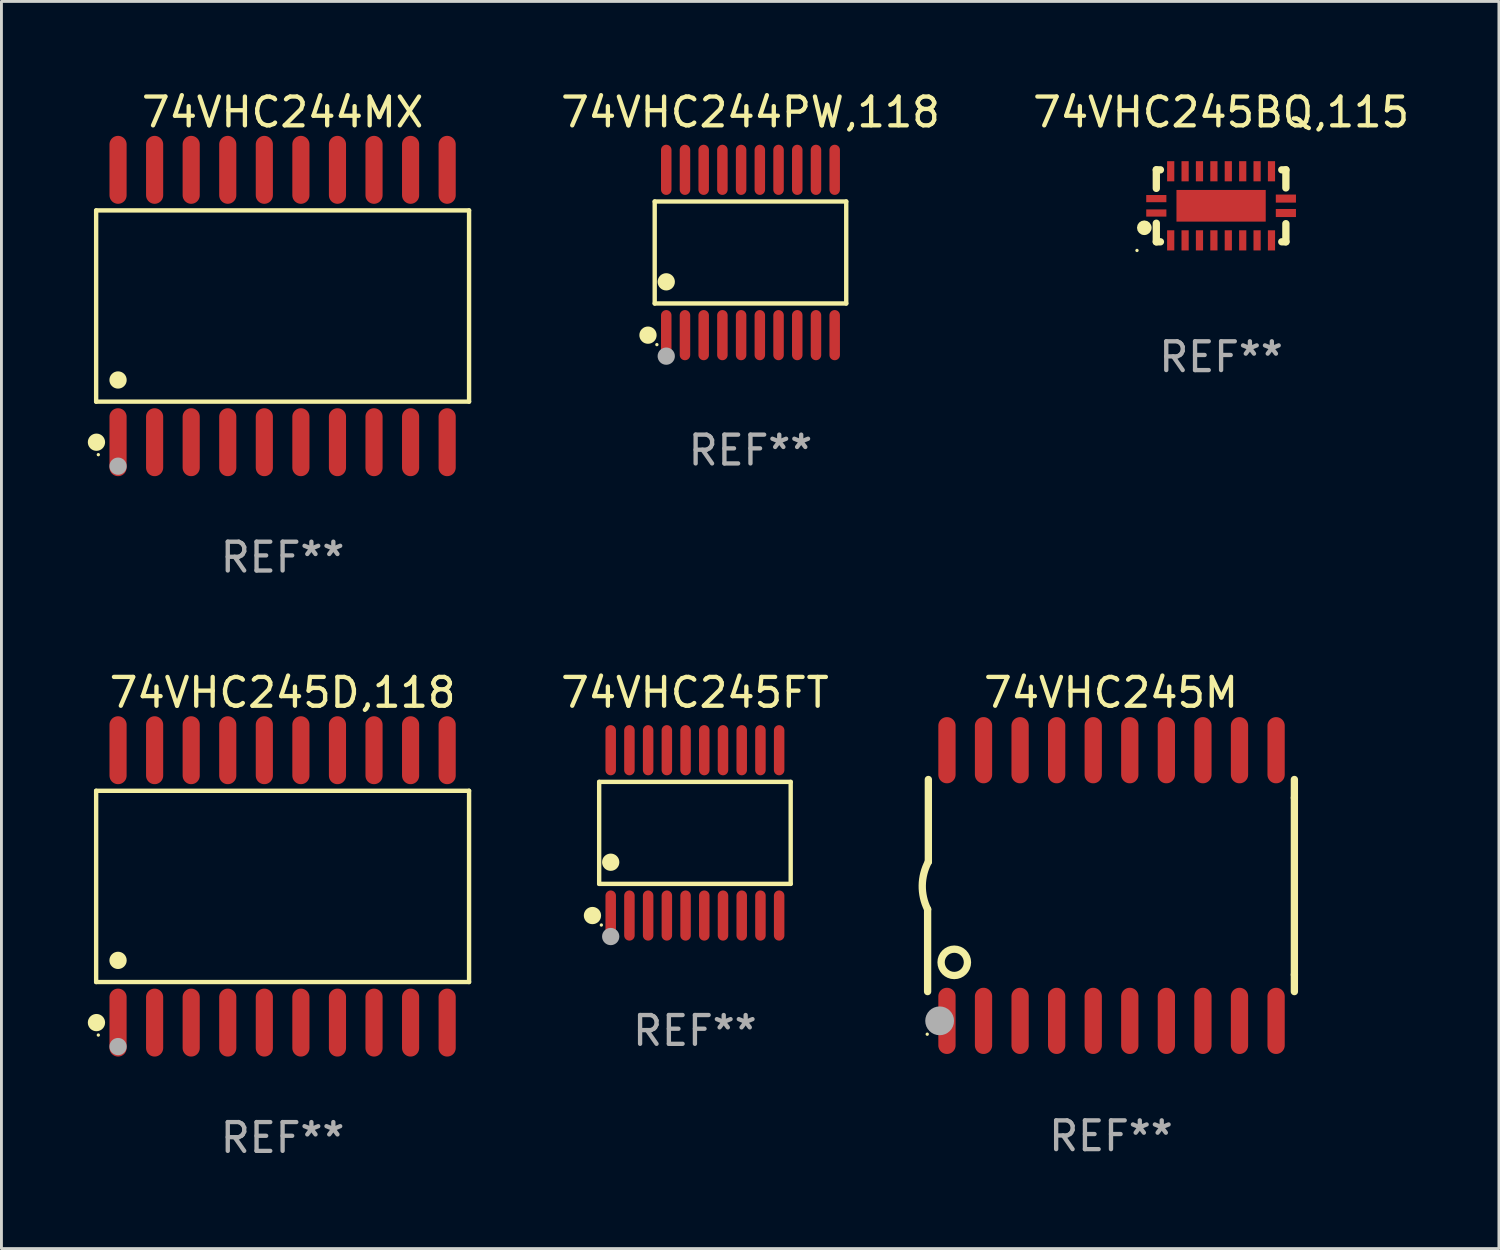
<source format=kicad_pcb>
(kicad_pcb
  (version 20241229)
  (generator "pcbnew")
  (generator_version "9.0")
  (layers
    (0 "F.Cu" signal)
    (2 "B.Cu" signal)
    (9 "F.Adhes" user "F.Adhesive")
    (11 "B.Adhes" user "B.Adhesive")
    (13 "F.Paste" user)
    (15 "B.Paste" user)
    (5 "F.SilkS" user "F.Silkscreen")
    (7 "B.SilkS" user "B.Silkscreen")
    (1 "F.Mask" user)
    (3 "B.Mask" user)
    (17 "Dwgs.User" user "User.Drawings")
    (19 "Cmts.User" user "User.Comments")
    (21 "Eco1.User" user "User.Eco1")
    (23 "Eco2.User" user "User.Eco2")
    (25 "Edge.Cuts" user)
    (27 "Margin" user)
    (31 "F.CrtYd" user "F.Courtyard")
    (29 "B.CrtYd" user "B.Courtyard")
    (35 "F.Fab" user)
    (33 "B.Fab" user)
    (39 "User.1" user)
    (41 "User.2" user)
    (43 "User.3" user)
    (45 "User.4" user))
  (footprint "74VHC244PW,118"
    (layer "F.Cu")
    (at 23.014 5.719)
    (property "Reference" "74VHC244PW,118" (at 0 -4.871 0) (layer "F.SilkS") (effects (font (size 1 1) (thickness 0.15))))
    (attr through_hole)
    (fp_line (start -3.326 -1.771) (end 3.326 -1.771) (stroke (width 0.152) (type solid)) (layer "F.SilkS"))
    (fp_line (start -3.326 1.771) (end -3.326 -1.771) (stroke (width 0.152) (type solid)) (layer "F.SilkS"))
    (fp_line (start 3.326 -1.771) (end 3.326 1.771) (stroke (width 0.152) (type solid)) (layer "F.SilkS"))
    (fp_line (start 3.326 1.771) (end -3.326 1.771) (stroke (width 0.152) (type solid)) (layer "F.SilkS"))
    (fp_circle (center -3.559 2.871) (end -3.409 2.871) (stroke (width 0.3) (type solid)) (fill no) (layer "F.SilkS"))
    (fp_circle (center -3.25 3.2) (end -3.22 3.2) (stroke (width 0.06) (type solid)) (fill no) (layer "F.SilkS"))
    (fp_circle (center -2.925 1.019) (end -2.775 1.019) (stroke (width 0.3) (type solid)) (fill no) (layer "F.SilkS"))
    (fp_circle (center -2.925 3.6) (end -2.775 3.6) (stroke (width 0.3) (type solid)) (fill no) (layer "F.Fab"))
    (fp_text user "REF**" (at 0 6.871 0) (layer "F.Fab") (effects (font (size 1 1) (thickness 0.15))))
    (pad "1" smd oval (at -2.925 2.871) (size 0.364 1.742) (layers "F.Cu" "F.Mask" "F.Paste"))
    (pad "2" smd oval (at -2.275 2.871) (size 0.364 1.742) (layers "F.Cu" "F.Mask" "F.Paste"))
    (pad "3" smd oval (at -1.625 2.871) (size 0.364 1.742) (layers "F.Cu" "F.Mask" "F.Paste"))
    (pad "4" smd oval (at -0.975 2.871) (size 0.364 1.742) (layers "F.Cu" "F.Mask" "F.Paste"))
    (pad "5" smd oval (at -0.325 2.871) (size 0.364 1.742) (layers "F.Cu" "F.Mask" "F.Paste"))
    (pad "6" smd oval (at 0.325 2.871) (size 0.364 1.742) (layers "F.Cu" "F.Mask" "F.Paste"))
    (pad "7" smd oval (at 0.975 2.871) (size 0.364 1.742) (layers "F.Cu" "F.Mask" "F.Paste"))
    (pad "8" smd oval (at 1.625 2.871) (size 0.364 1.742) (layers "F.Cu" "F.Mask" "F.Paste"))
    (pad "9" smd oval (at 2.275 2.871) (size 0.364 1.742) (layers "F.Cu" "F.Mask" "F.Paste"))
    (pad "10" smd oval (at 2.925 2.871) (size 0.364 1.742) (layers "F.Cu" "F.Mask" "F.Paste"))
    (pad "11" smd oval (at 2.925 -2.871) (size 0.364 1.742) (layers "F.Cu" "F.Mask" "F.Paste"))
    (pad "12" smd oval (at 2.275 -2.871) (size 0.364 1.742) (layers "F.Cu" "F.Mask" "F.Paste"))
    (pad "13" smd oval (at 1.625 -2.871) (size 0.364 1.742) (layers "F.Cu" "F.Mask" "F.Paste"))
    (pad "14" smd oval (at 0.975 -2.871) (size 0.364 1.742) (layers "F.Cu" "F.Mask" "F.Paste"))
    (pad "15" smd oval (at 0.325 -2.871) (size 0.364 1.742) (layers "F.Cu" "F.Mask" "F.Paste"))
    (pad "16" smd oval (at -0.325 -2.871) (size 0.364 1.742) (layers "F.Cu" "F.Mask" "F.Paste"))
    (pad "17" smd oval (at -0.975 -2.871) (size 0.364 1.742) (layers "F.Cu" "F.Mask" "F.Paste"))
    (pad "18" smd oval (at -1.625 -2.871) (size 0.364 1.742) (layers "F.Cu" "F.Mask" "F.Paste"))
    (pad "19" smd oval (at -2.275 -2.871) (size 0.364 1.742) (layers "F.Cu" "F.Mask" "F.Paste"))
    (pad "20" smd oval (at -2.925 -2.871) (size 0.364 1.742) (layers "F.Cu" "F.Mask" "F.Paste")))
  (footprint "74VHC245M"
    (layer "F.Cu")
    (at 35.535 27.705)
    (property "Reference" "74VHC245M" (at 0 -6.7 0) (layer "F.SilkS") (effects (font (size 1 1) (thickness 0.15))))
    (attr through_hole)
    (fp_line (start -6.369 0.826) (end -6.369 3.683) (stroke (width 0.254) (type solid)) (layer "F.SilkS"))
    (fp_line (start -6.343 -0.825) (end -6.343 -3.683) (stroke (width 0.254) (type solid)) (layer "F.SilkS"))
    (fp_line (start 6.369 -3.048) (end 6.369 -3.683) (stroke (width 0.254) (type solid)) (layer "F.SilkS"))
    (fp_line (start 6.369 -3.048) (end 6.369 3.096) (stroke (width 0.254) (type solid)) (layer "F.SilkS"))
    (fp_line (start 6.369 3.096) (end 6.369 3.683) (stroke (width 0.254) (type solid)) (layer "F.SilkS"))
    (fp_arc (start -6.36853 0.825552) (mid -6.554743 -0.00301) (end -6.343129 -0.825451) (stroke (width 0.254001) (type solid)) (layer "F.SilkS"))
    (fp_circle (center -6.382 5.163) (end -6.352 5.163) (stroke (width 0.06) (type solid)) (fill no) (layer "F.SilkS"))
    (fp_circle (center -5.443 2.667) (end -4.985 2.667) (stroke (width 0.254) (type solid)) (fill no) (layer "F.SilkS"))
    (fp_circle (center -5.951 4.699) (end -5.701 4.699) (stroke (width 0.5) (type solid)) (fill no) (layer "F.Fab"))
    (fp_text user "REF**" (at 0 8.7 0) (layer "F.Fab") (effects (font (size 1 1) (thickness 0.15))))
    (pad "1" smd oval (at -5.697 4.7 180) (size 0.6 2.3) (layers "F.Cu" "F.Mask" "F.Paste"))
    (pad "2" smd oval (at -4.427 4.7 180) (size 0.6 2.3) (layers "F.Cu" "F.Mask" "F.Paste"))
    (pad "3" smd oval (at -3.157 4.7 180) (size 0.6 2.3) (layers "F.Cu" "F.Mask" "F.Paste"))
    (pad "4" smd oval (at -1.887 4.7 180) (size 0.6 2.3) (layers "F.Cu" "F.Mask" "F.Paste"))
    (pad "5" smd oval (at -0.617 4.7 180) (size 0.6 2.3) (layers "F.Cu" "F.Mask" "F.Paste"))
    (pad "6" smd oval (at 0.653 4.7 180) (size 0.6 2.3) (layers "F.Cu" "F.Mask" "F.Paste"))
    (pad "7" smd oval (at 1.923 4.7 180) (size 0.6 2.3) (layers "F.Cu" "F.Mask" "F.Paste"))
    (pad "8" smd oval (at 3.193 4.7 180) (size 0.6 2.3) (layers "F.Cu" "F.Mask" "F.Paste"))
    (pad "9" smd oval (at 4.463 4.7 180) (size 0.6 2.3) (layers "F.Cu" "F.Mask" "F.Paste"))
    (pad "10" smd oval (at 5.734 4.7 180) (size 0.6 2.3) (layers "F.Cu" "F.Mask" "F.Paste"))
    (pad "11" smd oval (at 5.734 -4.7 180) (size 0.6 2.3) (layers "F.Cu" "F.Mask" "F.Paste"))
    (pad "12" smd oval (at 4.463 -4.7 180) (size 0.6 2.3) (layers "F.Cu" "F.Mask" "F.Paste"))
    (pad "13" smd oval (at 3.193 -4.7 180) (size 0.6 2.3) (layers "F.Cu" "F.Mask" "F.Paste"))
    (pad "14" smd oval (at 1.923 -4.7 180) (size 0.6 2.3) (layers "F.Cu" "F.Mask" "F.Paste"))
    (pad "15" smd oval (at 0.653 -4.7 180) (size 0.6 2.3) (layers "F.Cu" "F.Mask" "F.Paste"))
    (pad "16" smd oval (at -0.617 -4.7 180) (size 0.6 2.3) (layers "F.Cu" "F.Mask" "F.Paste"))
    (pad "17" smd oval (at -1.887 -4.7 180) (size 0.6 2.3) (layers "F.Cu" "F.Mask" "F.Paste"))
    (pad "18" smd oval (at -3.157 -4.7 180) (size 0.6 2.3) (layers "F.Cu" "F.Mask" "F.Paste"))
    (pad "19" smd oval (at -4.427 -4.7 180) (size 0.6 2.3) (layers "F.Cu" "F.Mask" "F.Paste"))
    (pad "20" smd oval (at -5.697 -4.7 180) (size 0.6 2.3) (layers "F.Cu" "F.Mask" "F.Paste")))
  (footprint "74VHC245BQ,115"
    (layer "F.Cu")
    (at 39.359 4.098)
    (property "Reference" "74VHC245BQ,115" (at 0 -3.25 0) (layer "F.SilkS") (effects (font (size 1 1) (thickness 0.15))))
    (attr through_hole)
    (fp_line (start -2.25 0.605) (end -2.25 1.25) (stroke (width 0.254) (type solid)) (layer "F.SilkS"))
    (fp_line (start -2.25 1.25) (end -2.107 1.25) (stroke (width 0.254) (type solid)) (layer "F.SilkS"))
    (fp_line (start -2.25 -1.25) (end -2.25 -0.606) (stroke (width 0.254) (type solid)) (layer "F.SilkS"))
    (fp_line (start -2.25 -1.25) (end -2.107 -1.25) (stroke (width 0.254) (type solid)) (layer "F.SilkS"))
    (fp_line (start 2.107 -1.25) (end 2.25 -1.25) (stroke (width 0.254) (type solid)) (layer "F.SilkS"))
    (fp_line (start 2.107 1.25) (end 2.25 1.25) (stroke (width 0.254) (type solid)) (layer "F.SilkS"))
    (fp_line (start 2.25 -1.25) (end 2.25 -0.622) (stroke (width 0.254) (type solid)) (layer "F.SilkS"))
    (fp_line (start 2.25 0.62) (end 2.25 1.25) (stroke (width 0.254) (type solid)) (layer "F.SilkS"))
    (fp_circle (center -2.921 1.55) (end -2.891 1.55) (stroke (width 0.06) (type solid)) (fill no) (layer "F.SilkS"))
    (fp_circle (center -2.667 0.762) (end -2.54 0.762) (stroke (width 0.254) (type solid)) (fill no) (layer "F.SilkS"))
    (fp_text user "REF**" (at 0 5.25 0) (layer "F.Fab") (effects (font (size 1 1) (thickness 0.15))))
    (pad "1" smd rect (at -2.25 0.25 180) (size 0.7 0.25) (layers "F.Cu" "F.Mask" "F.Paste"))
    (pad "2" smd rect (at -1.75 1.2 90) (size 0.7 0.25) (layers "F.Cu" "F.Mask" "F.Paste"))
    (pad "3" smd rect (at -1.25 1.2 90) (size 0.7 0.25) (layers "F.Cu" "F.Mask" "F.Paste"))
    (pad "4" smd rect (at -0.751 1.2 90) (size 0.7 0.25) (layers "F.Cu" "F.Mask" "F.Paste"))
    (pad "5" smd rect (at -0.25 1.2 90) (size 0.7 0.25) (layers "F.Cu" "F.Mask" "F.Paste"))
    (pad "6" smd rect (at 0.25 1.2 90) (size 0.7 0.25) (layers "F.Cu" "F.Mask" "F.Paste"))
    (pad "7" smd rect (at 0.751 1.2 90) (size 0.7 0.25) (layers "F.Cu" "F.Mask" "F.Paste"))
    (pad "8" smd rect (at 1.25 1.2 90) (size 0.7 0.25) (layers "F.Cu" "F.Mask" "F.Paste"))
    (pad "9" smd rect (at 1.75 1.2 90) (size 0.7 0.25) (layers "F.Cu" "F.Mask" "F.Paste"))
    (pad "10" smd rect (at 2.25 0.25 180) (size 0.7 0.28) (layers "F.Cu" "F.Mask" "F.Paste"))
    (pad "11" smd rect (at 2.25 -0.251 180) (size 0.7 0.28) (layers "F.Cu" "F.Mask" "F.Paste"))
    (pad "12" smd rect (at 1.75 -1.2 90) (size 0.7 0.25) (layers "F.Cu" "F.Mask" "F.Paste"))
    (pad "13" smd rect (at 1.25 -1.2 90) (size 0.7 0.25) (layers "F.Cu" "F.Mask" "F.Paste"))
    (pad "14" smd rect (at 0.751 -1.2 90) (size 0.7 0.25) (layers "F.Cu" "F.Mask" "F.Paste"))
    (pad "15" smd rect (at 0.25 -1.2 90) (size 0.7 0.25) (layers "F.Cu" "F.Mask" "F.Paste"))
    (pad "16" smd rect (at -0.25 -1.2 90) (size 0.7 0.25) (layers "F.Cu" "F.Mask" "F.Paste"))
    (pad "17" smd rect (at -0.751 -1.2 90) (size 0.7 0.25) (layers "F.Cu" "F.Mask" "F.Paste"))
    (pad "18" smd rect (at -1.25 -1.2 90) (size 0.7 0.25) (layers "F.Cu" "F.Mask" "F.Paste"))
    (pad "19" smd rect (at -1.75 -1.2 90) (size 0.7 0.25) (layers "F.Cu" "F.Mask" "F.Paste"))
    (pad "20" smd rect (at -2.25 -0.25 180) (size 0.7 0.25) (layers "F.Cu" "F.Mask" "F.Paste"))
    (pad "21" smd rect (at 0 -0.001 180) (size 3.1 1.1) (layers "F.Cu" "F.Mask" "F.Paste")))
  (footprint "74VHC245FT"
    (layer "F.Cu")
    (at 21.085 25.876)
    (property "Reference" "74VHC245FT" (at 0 -4.871 0) (layer "F.SilkS") (effects (font (size 1 1) (thickness 0.15))))
    (attr through_hole)
    (fp_line (start -3.326 -1.771) (end 3.326 -1.771) (stroke (width 0.152) (type solid)) (layer "F.SilkS"))
    (fp_line (start -3.326 1.771) (end -3.326 -1.771) (stroke (width 0.152) (type solid)) (layer "F.SilkS"))
    (fp_line (start 3.326 -1.771) (end 3.326 1.771) (stroke (width 0.152) (type solid)) (layer "F.SilkS"))
    (fp_line (start 3.326 1.771) (end -3.326 1.771) (stroke (width 0.152) (type solid)) (layer "F.SilkS"))
    (fp_circle (center -3.559 2.871) (end -3.409 2.871) (stroke (width 0.3) (type solid)) (fill no) (layer "F.SilkS"))
    (fp_circle (center -3.25 3.2) (end -3.22 3.2) (stroke (width 0.06) (type solid)) (fill no) (layer "F.SilkS"))
    (fp_circle (center -2.925 1.019) (end -2.775 1.019) (stroke (width 0.3) (type solid)) (fill no) (layer "F.SilkS"))
    (fp_circle (center -2.925 3.6) (end -2.775 3.6) (stroke (width 0.3) (type solid)) (fill no) (layer "F.Fab"))
    (fp_text user "REF**" (at 0 6.871 0) (layer "F.Fab") (effects (font (size 1 1) (thickness 0.15))))
    (pad "1" smd oval (at -2.925 2.871) (size 0.364 1.742) (layers "F.Cu" "F.Mask" "F.Paste"))
    (pad "2" smd oval (at -2.275 2.871) (size 0.364 1.742) (layers "F.Cu" "F.Mask" "F.Paste"))
    (pad "3" smd oval (at -1.625 2.871) (size 0.364 1.742) (layers "F.Cu" "F.Mask" "F.Paste"))
    (pad "4" smd oval (at -0.975 2.871) (size 0.364 1.742) (layers "F.Cu" "F.Mask" "F.Paste"))
    (pad "5" smd oval (at -0.325 2.871) (size 0.364 1.742) (layers "F.Cu" "F.Mask" "F.Paste"))
    (pad "6" smd oval (at 0.325 2.871) (size 0.364 1.742) (layers "F.Cu" "F.Mask" "F.Paste"))
    (pad "7" smd oval (at 0.975 2.871) (size 0.364 1.742) (layers "F.Cu" "F.Mask" "F.Paste"))
    (pad "8" smd oval (at 1.625 2.871) (size 0.364 1.742) (layers "F.Cu" "F.Mask" "F.Paste"))
    (pad "9" smd oval (at 2.275 2.871) (size 0.364 1.742) (layers "F.Cu" "F.Mask" "F.Paste"))
    (pad "10" smd oval (at 2.925 2.871) (size 0.364 1.742) (layers "F.Cu" "F.Mask" "F.Paste"))
    (pad "11" smd oval (at 2.925 -2.871) (size 0.364 1.742) (layers "F.Cu" "F.Mask" "F.Paste"))
    (pad "12" smd oval (at 2.275 -2.871) (size 0.364 1.742) (layers "F.Cu" "F.Mask" "F.Paste"))
    (pad "13" smd oval (at 1.625 -2.871) (size 0.364 1.742) (layers "F.Cu" "F.Mask" "F.Paste"))
    (pad "14" smd oval (at 0.975 -2.871) (size 0.364 1.742) (layers "F.Cu" "F.Mask" "F.Paste"))
    (pad "15" smd oval (at 0.325 -2.871) (size 0.364 1.742) (layers "F.Cu" "F.Mask" "F.Paste"))
    (pad "16" smd oval (at -0.325 -2.871) (size 0.364 1.742) (layers "F.Cu" "F.Mask" "F.Paste"))
    (pad "17" smd oval (at -0.975 -2.871) (size 0.364 1.742) (layers "F.Cu" "F.Mask" "F.Paste"))
    (pad "18" smd oval (at -1.625 -2.871) (size 0.364 1.742) (layers "F.Cu" "F.Mask" "F.Paste"))
    (pad "19" smd oval (at -2.275 -2.871) (size 0.364 1.742) (layers "F.Cu" "F.Mask" "F.Paste"))
    (pad "20" smd oval (at -2.925 -2.871) (size 0.364 1.742) (layers "F.Cu" "F.Mask" "F.Paste")))
  (footprint "74VHC244MX"
    (layer "F.Cu")
    (at 6.765 7.578)
    (property "Reference" "74VHC244MX" (at 0 -6.73 0) (layer "F.SilkS") (effects (font (size 1 1) (thickness 0.15))))
    (attr through_hole)
    (fp_line (start -6.476 -3.321) (end 6.476 -3.321) (stroke (width 0.152) (type solid)) (layer "F.SilkS"))
    (fp_line (start -6.476 3.321) (end -6.476 -3.321) (stroke (width 0.152) (type solid)) (layer "F.SilkS"))
    (fp_line (start 6.476 -3.321) (end 6.476 3.321) (stroke (width 0.152) (type solid)) (layer "F.SilkS"))
    (fp_line (start 6.476 3.321) (end -6.476 3.321) (stroke (width 0.152) (type solid)) (layer "F.SilkS"))
    (fp_circle (center -6.465 4.73) (end -6.315 4.73) (stroke (width 0.3) (type solid)) (fill no) (layer "F.SilkS"))
    (fp_circle (center -6.4 5.163) (end -6.37 5.163) (stroke (width 0.06) (type solid)) (fill no) (layer "F.SilkS"))
    (fp_circle (center -5.715 2.569) (end -5.565 2.569) (stroke (width 0.3) (type solid)) (fill no) (layer "F.SilkS"))
    (fp_circle (center -5.715 5.563) (end -5.565 5.563) (stroke (width 0.3) (type solid)) (fill no) (layer "F.Fab"))
    (fp_text user "REF**" (at 0 8.73 0) (layer "F.Fab") (effects (font (size 1 1) (thickness 0.15))))
    (pad "1" smd oval (at -5.715 4.73) (size 0.595 2.36) (layers "F.Cu" "F.Mask" "F.Paste"))
    (pad "2" smd oval (at -4.445 4.73) (size 0.595 2.36) (layers "F.Cu" "F.Mask" "F.Paste"))
    (pad "3" smd oval (at -3.175 4.73) (size 0.595 2.36) (layers "F.Cu" "F.Mask" "F.Paste"))
    (pad "4" smd oval (at -1.905 4.73) (size 0.595 2.36) (layers "F.Cu" "F.Mask" "F.Paste"))
    (pad "5" smd oval (at -0.635 4.73) (size 0.595 2.36) (layers "F.Cu" "F.Mask" "F.Paste"))
    (pad "6" smd oval (at 0.635 4.73) (size 0.595 2.36) (layers "F.Cu" "F.Mask" "F.Paste"))
    (pad "7" smd oval (at 1.905 4.73) (size 0.595 2.36) (layers "F.Cu" "F.Mask" "F.Paste"))
    (pad "8" smd oval (at 3.175 4.73) (size 0.595 2.36) (layers "F.Cu" "F.Mask" "F.Paste"))
    (pad "9" smd oval (at 4.445 4.73) (size 0.595 2.36) (layers "F.Cu" "F.Mask" "F.Paste"))
    (pad "10" smd oval (at 5.715 4.73) (size 0.595 2.36) (layers "F.Cu" "F.Mask" "F.Paste"))
    (pad "11" smd oval (at 5.715 -4.73) (size 0.595 2.36) (layers "F.Cu" "F.Mask" "F.Paste"))
    (pad "12" smd oval (at 4.445 -4.73) (size 0.595 2.36) (layers "F.Cu" "F.Mask" "F.Paste"))
    (pad "13" smd oval (at 3.175 -4.73) (size 0.595 2.36) (layers "F.Cu" "F.Mask" "F.Paste"))
    (pad "14" smd oval (at 1.905 -4.73) (size 0.595 2.36) (layers "F.Cu" "F.Mask" "F.Paste"))
    (pad "15" smd oval (at 0.635 -4.73) (size 0.595 2.36) (layers "F.Cu" "F.Mask" "F.Paste"))
    (pad "16" smd oval (at -0.635 -4.73) (size 0.595 2.36) (layers "F.Cu" "F.Mask" "F.Paste"))
    (pad "17" smd oval (at -1.905 -4.73) (size 0.595 2.36) (layers "F.Cu" "F.Mask" "F.Paste"))
    (pad "18" smd oval (at -3.175 -4.73) (size 0.595 2.36) (layers "F.Cu" "F.Mask" "F.Paste"))
    (pad "19" smd oval (at -4.445 -4.73) (size 0.595 2.36) (layers "F.Cu" "F.Mask" "F.Paste"))
    (pad "20" smd oval (at -5.715 -4.73) (size 0.595 2.36) (layers "F.Cu" "F.Mask" "F.Paste")))
  (footprint "74VHC245D,118"
    (layer "F.Cu")
    (at 6.765 27.735)
    (property "Reference" "74VHC245D,118" (at 0 -6.73 0) (layer "F.SilkS") (effects (font (size 1 1) (thickness 0.15))))
    (attr through_hole)
    (fp_line (start -6.476 -3.321) (end 6.476 -3.321) (stroke (width 0.152) (type solid)) (layer "F.SilkS"))
    (fp_line (start -6.476 3.321) (end -6.476 -3.321) (stroke (width 0.152) (type solid)) (layer "F.SilkS"))
    (fp_line (start 6.476 -3.321) (end 6.476 3.321) (stroke (width 0.152) (type solid)) (layer "F.SilkS"))
    (fp_line (start 6.476 3.321) (end -6.476 3.321) (stroke (width 0.152) (type solid)) (layer "F.SilkS"))
    (fp_circle (center -6.465 4.73) (end -6.315 4.73) (stroke (width 0.3) (type solid)) (fill no) (layer "F.SilkS"))
    (fp_circle (center -6.4 5.163) (end -6.37 5.163) (stroke (width 0.06) (type solid)) (fill no) (layer "F.SilkS"))
    (fp_circle (center -5.715 2.569) (end -5.565 2.569) (stroke (width 0.3) (type solid)) (fill no) (layer "F.SilkS"))
    (fp_circle (center -5.715 5.563) (end -5.565 5.563) (stroke (width 0.3) (type solid)) (fill no) (layer "F.Fab"))
    (fp_text user "REF**" (at 0 8.73 0) (layer "F.Fab") (effects (font (size 1 1) (thickness 0.15))))
    (pad "1" smd oval (at -5.715 4.73) (size 0.595 2.36) (layers "F.Cu" "F.Mask" "F.Paste"))
    (pad "2" smd oval (at -4.445 4.73) (size 0.595 2.36) (layers "F.Cu" "F.Mask" "F.Paste"))
    (pad "3" smd oval (at -3.175 4.73) (size 0.595 2.36) (layers "F.Cu" "F.Mask" "F.Paste"))
    (pad "4" smd oval (at -1.905 4.73) (size 0.595 2.36) (layers "F.Cu" "F.Mask" "F.Paste"))
    (pad "5" smd oval (at -0.635 4.73) (size 0.595 2.36) (layers "F.Cu" "F.Mask" "F.Paste"))
    (pad "6" smd oval (at 0.635 4.73) (size 0.595 2.36) (layers "F.Cu" "F.Mask" "F.Paste"))
    (pad "7" smd oval (at 1.905 4.73) (size 0.595 2.36) (layers "F.Cu" "F.Mask" "F.Paste"))
    (pad "8" smd oval (at 3.175 4.73) (size 0.595 2.36) (layers "F.Cu" "F.Mask" "F.Paste"))
    (pad "9" smd oval (at 4.445 4.73) (size 0.595 2.36) (layers "F.Cu" "F.Mask" "F.Paste"))
    (pad "10" smd oval (at 5.715 4.73) (size 0.595 2.36) (layers "F.Cu" "F.Mask" "F.Paste"))
    (pad "11" smd oval (at 5.715 -4.73) (size 0.595 2.36) (layers "F.Cu" "F.Mask" "F.Paste"))
    (pad "12" smd oval (at 4.445 -4.73) (size 0.595 2.36) (layers "F.Cu" "F.Mask" "F.Paste"))
    (pad "13" smd oval (at 3.175 -4.73) (size 0.595 2.36) (layers "F.Cu" "F.Mask" "F.Paste"))
    (pad "14" smd oval (at 1.905 -4.73) (size 0.595 2.36) (layers "F.Cu" "F.Mask" "F.Paste"))
    (pad "15" smd oval (at 0.635 -4.73) (size 0.595 2.36) (layers "F.Cu" "F.Mask" "F.Paste"))
    (pad "16" smd oval (at -0.635 -4.73) (size 0.595 2.36) (layers "F.Cu" "F.Mask" "F.Paste"))
    (pad "17" smd oval (at -1.905 -4.73) (size 0.595 2.36) (layers "F.Cu" "F.Mask" "F.Paste"))
    (pad "18" smd oval (at -3.175 -4.73) (size 0.595 2.36) (layers "F.Cu" "F.Mask" "F.Paste"))
    (pad "19" smd oval (at -4.445 -4.73) (size 0.595 2.36) (layers "F.Cu" "F.Mask" "F.Paste"))
    (pad "20" smd oval (at -5.715 -4.73) (size 0.595 2.36) (layers "F.Cu" "F.Mask" "F.Paste")))
  (gr_rect
    (start -3 -3)
    (end 49.008 40.313)
    (stroke (width 0.1) (type default))
    (fill no)
    (layer "Edge.Cuts")))
</source>
